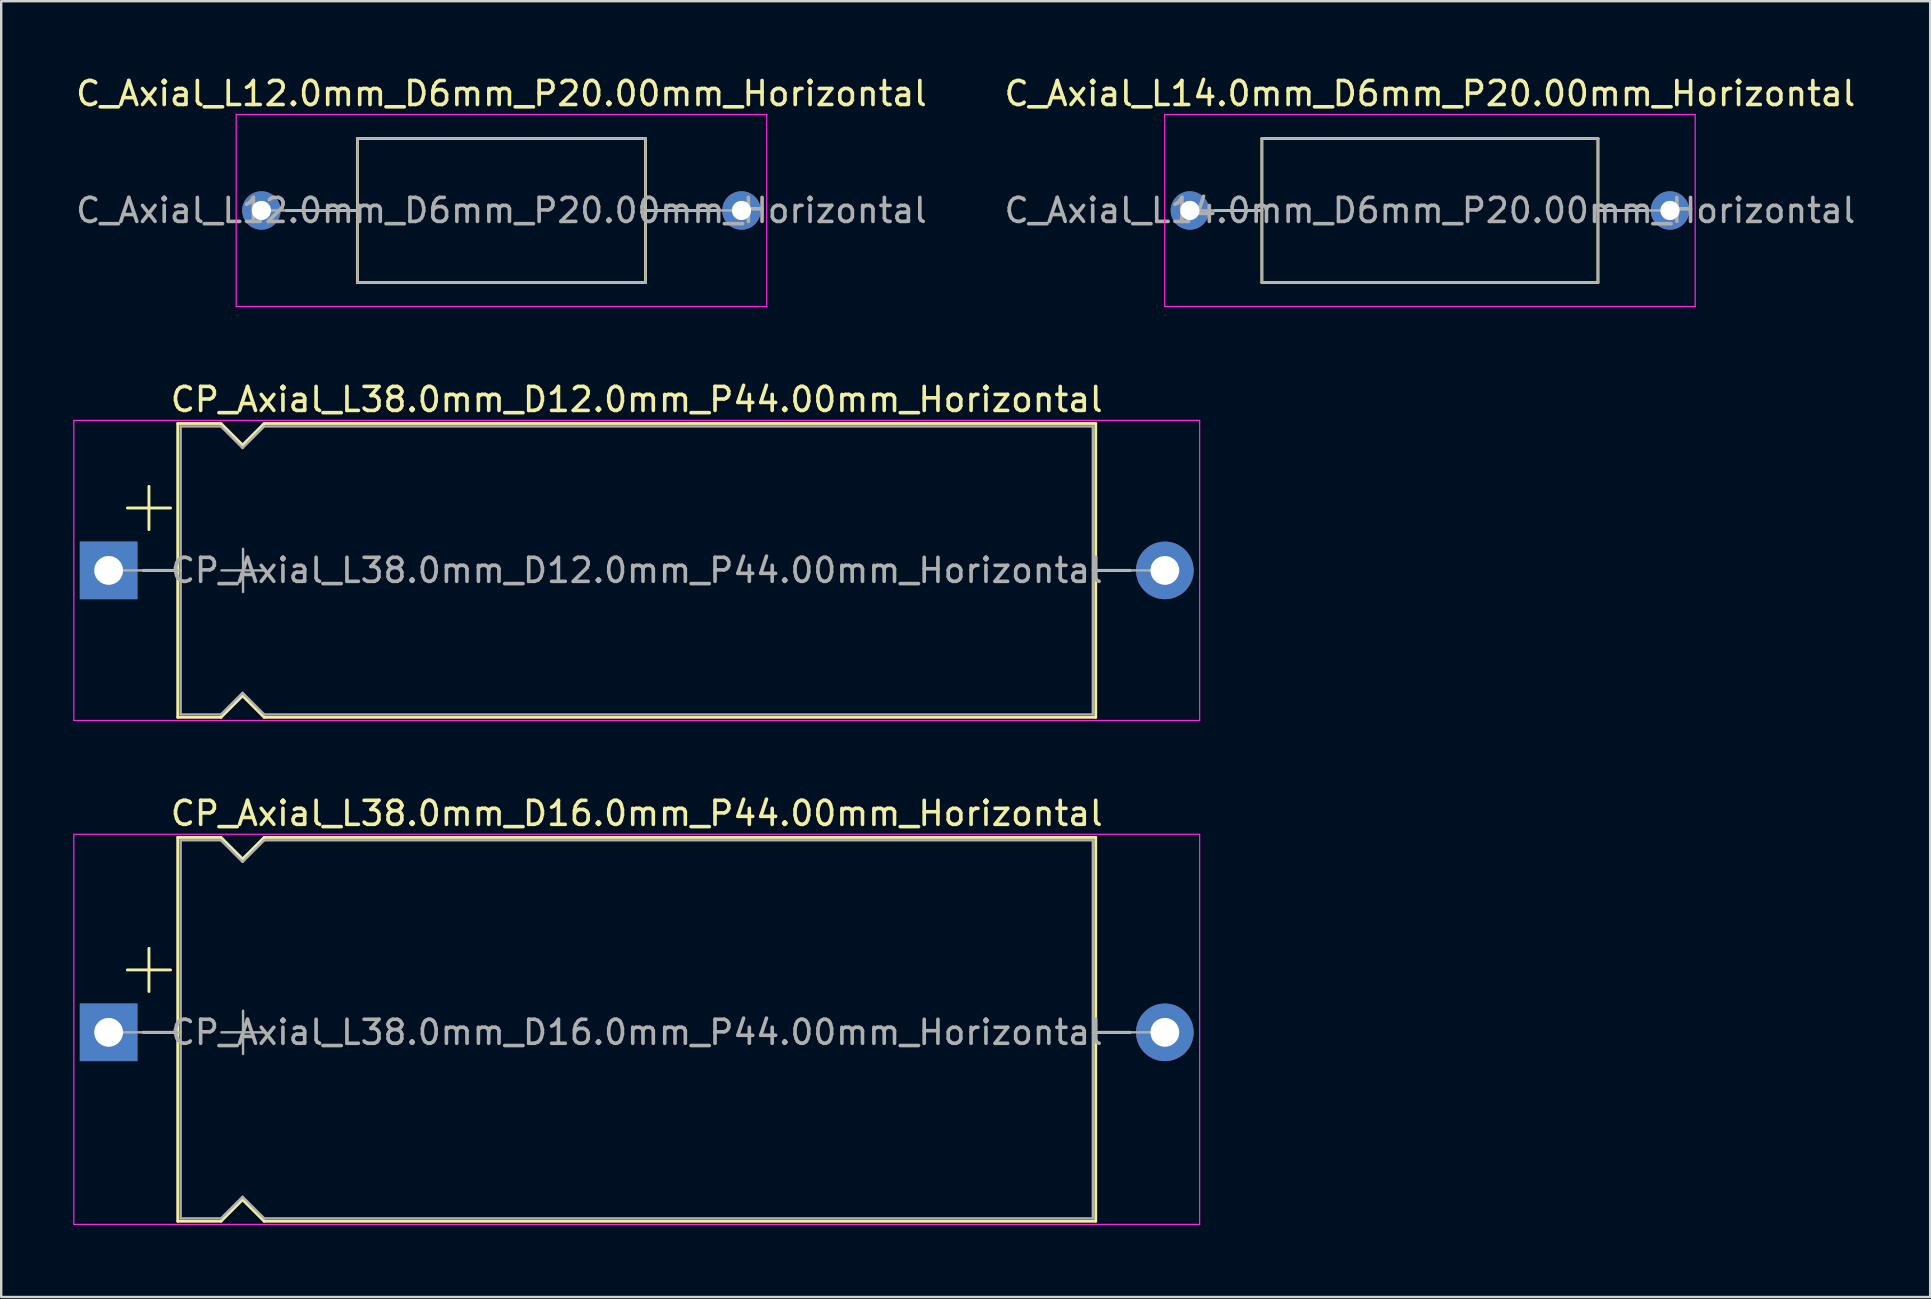
<source format=kicad_pcb>
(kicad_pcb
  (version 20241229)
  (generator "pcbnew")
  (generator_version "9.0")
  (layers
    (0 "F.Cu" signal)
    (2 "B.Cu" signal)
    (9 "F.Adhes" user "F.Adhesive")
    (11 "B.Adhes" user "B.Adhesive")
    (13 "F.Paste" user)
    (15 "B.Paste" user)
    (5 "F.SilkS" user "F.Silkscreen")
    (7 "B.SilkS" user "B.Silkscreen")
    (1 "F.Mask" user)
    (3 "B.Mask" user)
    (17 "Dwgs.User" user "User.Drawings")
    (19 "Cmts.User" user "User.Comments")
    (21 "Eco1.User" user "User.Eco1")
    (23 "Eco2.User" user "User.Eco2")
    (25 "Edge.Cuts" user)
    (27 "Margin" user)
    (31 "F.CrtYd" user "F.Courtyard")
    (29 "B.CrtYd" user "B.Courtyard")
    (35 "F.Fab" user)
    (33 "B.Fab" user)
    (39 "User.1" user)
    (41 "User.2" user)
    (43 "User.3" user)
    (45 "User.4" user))
  (footprint "CP_Axial_L38.0mm_D16.0mm_P44.00mm_Horizontal"
    (layer "F.Cu")
    (at 1.475 39.955)
    (property "Reference" "CP_Axial_L38.0mm_D16.0mm_P44.00mm_Horizontal" (at 22 -9.12 0) (layer "F.SilkS") (effects (font (size 1 1) (thickness 0.15))))
    (attr through_hole)
    (fp_line (start 0.78 -2.6) (end 2.58 -2.6) (stroke (width 0.12) (type solid)) (layer "F.SilkS"))
    (fp_line (start 1.44 0) (end 2.88 0) (stroke (width 0.12) (type solid)) (layer "F.SilkS"))
    (fp_line (start 1.68 -3.5) (end 1.68 -1.7) (stroke (width 0.12) (type solid)) (layer "F.SilkS"))
    (fp_line (start 2.88 -8.12) (end 2.88 7.87) (stroke (width 0.12) (type solid)) (layer "F.SilkS"))
    (fp_line (start 2.88 -8.12) (end 4.68 -8.12) (stroke (width 0.12) (type solid)) (layer "F.SilkS"))
    (fp_line (start 2.88 7.87) (end 4.68 7.87) (stroke (width 0.12) (type solid)) (layer "F.SilkS"))
    (fp_line (start 4.68 -8.12) (end 5.58 -7.22) (stroke (width 0.12) (type solid)) (layer "F.SilkS"))
    (fp_line (start 4.68 7.87) (end 5.58 6.97) (stroke (width 0.12) (type solid)) (layer "F.SilkS"))
    (fp_line (start 5.58 -7.22) (end 6.48 -8.12) (stroke (width 0.12) (type solid)) (layer "F.SilkS"))
    (fp_line (start 5.58 6.97) (end 6.48 7.87) (stroke (width 0.12) (type solid)) (layer "F.SilkS"))
    (fp_line (start 6.48 -8.12) (end 41.12 -8.12) (stroke (width 0.12) (type solid)) (layer "F.SilkS"))
    (fp_line (start 6.48 7.87) (end 41.12 7.87) (stroke (width 0.12) (type solid)) (layer "F.SilkS"))
    (fp_line (start 41.12 -8.12) (end 41.12 7.87) (stroke (width 0.12) (type solid)) (layer "F.SilkS"))
    (fp_line (start 42.56 0) (end 41.12 0) (stroke (width 0.12) (type solid)) (layer "F.SilkS"))
    (fp_line (start -1.45 -8.25) (end -1.45 8) (stroke (width 0.05) (type solid)) (layer "F.CrtYd"))
    (fp_line (start -1.45 8) (end 45.45 8) (stroke (width 0.05) (type solid)) (layer "F.CrtYd"))
    (fp_line (start 45.45 -8.25) (end -1.45 -8.25) (stroke (width 0.05) (type solid)) (layer "F.CrtYd"))
    (fp_line (start 45.45 8) (end 45.45 -8.25) (stroke (width 0.05) (type solid)) (layer "F.CrtYd"))
    (fp_line (start 0 0) (end 3 0) (stroke (width 0.1) (type solid)) (layer "F.Fab"))
    (fp_line (start 3 -8) (end 3 7.75) (stroke (width 0.1) (type solid)) (layer "F.Fab"))
    (fp_line (start 3 -8) (end 4.68 -8) (stroke (width 0.1) (type solid)) (layer "F.Fab"))
    (fp_line (start 3 7.75) (end 4.68 7.75) (stroke (width 0.1) (type solid)) (layer "F.Fab"))
    (fp_line (start 4.68 -8) (end 5.58 -7.1) (stroke (width 0.1) (type solid)) (layer "F.Fab"))
    (fp_line (start 4.68 7.75) (end 5.58 6.85) (stroke (width 0.1) (type solid)) (layer "F.Fab"))
    (fp_line (start 4.7 0) (end 6.5 0) (stroke (width 0.1) (type solid)) (layer "F.Fab"))
    (fp_line (start 5.58 -7.1) (end 6.48 -8) (stroke (width 0.1) (type solid)) (layer "F.Fab"))
    (fp_line (start 5.58 6.85) (end 6.48 7.75) (stroke (width 0.1) (type solid)) (layer "F.Fab"))
    (fp_line (start 5.6 -0.9) (end 5.6 0.9) (stroke (width 0.1) (type solid)) (layer "F.Fab"))
    (fp_line (start 6.48 -8) (end 41 -8) (stroke (width 0.1) (type solid)) (layer "F.Fab"))
    (fp_line (start 6.48 7.75) (end 41 7.75) (stroke (width 0.1) (type solid)) (layer "F.Fab"))
    (fp_line (start 41 -8) (end 41 7.75) (stroke (width 0.1) (type solid)) (layer "F.Fab"))
    (fp_line (start 44 0) (end 41 0) (stroke (width 0.1) (type solid)) (layer "F.Fab"))
    (fp_text user "${REFERENCE}" (at 22 0 0) (layer "F.Fab") (effects (font (size 1 1) (thickness 0.15))))
    (pad "1" thru_hole rect (at 0 0) (size 2.4 2.4) (drill 1.2) (layers "*.Cu" "*.Mask"))
    (pad "2" thru_hole oval (at 44 0) (size 2.4 2.4) (drill 1.2) (layers "*.Cu" "*.Mask")))
  (footprint "C_Axial_L12.0mm_D6mm_P20.00mm_Horizontal"
    (layer "F.Cu")
    (at 7.839 5.718)
    (property "Reference" "C_Axial_L12.0mm_D6mm_P20.00mm_Horizontal" (at 10 -4.87 0) (layer "F.SilkS") (effects (font (size 1 1) (thickness 0.15))))
    (attr through_hole)
    (fp_line (start 1.04 0) (end 4 0) (stroke (width 0.12) (type solid)) (layer "F.SilkS"))
    (fp_line (start 4 -3) (end 4 3) (stroke (width 0.12) (type solid)) (layer "F.SilkS"))
    (fp_line (start 4 3) (end 16 3) (stroke (width 0.12) (type solid)) (layer "F.SilkS"))
    (fp_line (start 16 -3) (end 4 -3) (stroke (width 0.12) (type solid)) (layer "F.SilkS"))
    (fp_line (start 16 3) (end 16 -3) (stroke (width 0.12) (type solid)) (layer "F.SilkS"))
    (fp_line (start 18.96 0) (end 16 0) (stroke (width 0.12) (type solid)) (layer "F.SilkS"))
    (fp_line (start -1.05 -4) (end -1.05 4) (stroke (width 0.05) (type solid)) (layer "F.CrtYd"))
    (fp_line (start -1.05 4) (end 21.05 4) (stroke (width 0.05) (type solid)) (layer "F.CrtYd"))
    (fp_line (start 21.05 -4) (end -1.05 -4) (stroke (width 0.05) (type solid)) (layer "F.CrtYd"))
    (fp_line (start 21.05 4) (end 21.05 -4) (stroke (width 0.05) (type solid)) (layer "F.CrtYd"))
    (fp_line (start 0 0) (end 4 0) (stroke (width 0.1) (type solid)) (layer "F.Fab"))
    (fp_line (start 4 -3) (end 4 3) (stroke (width 0.1) (type solid)) (layer "F.Fab"))
    (fp_line (start 4 3) (end 16 3) (stroke (width 0.1) (type solid)) (layer "F.Fab"))
    (fp_line (start 16 -3) (end 4 -3) (stroke (width 0.1) (type solid)) (layer "F.Fab"))
    (fp_line (start 16 3) (end 16 -3) (stroke (width 0.1) (type solid)) (layer "F.Fab"))
    (fp_line (start 20 0) (end 16 0) (stroke (width 0.1) (type solid)) (layer "F.Fab"))
    (fp_text user "${REFERENCE}" (at 10 0 0) (layer "F.Fab") (effects (font (size 1 1) (thickness 0.15))))
    (pad "1" thru_hole circle (at 0 0) (size 1.6 1.6) (drill 0.8) (layers "*.Cu" "*.Mask"))
    (pad "2" thru_hole oval (at 20 0) (size 1.6 1.6) (drill 0.8) (layers "*.Cu" "*.Mask")))
  (footprint "C_Axial_L14.0mm_D6mm_P20.00mm_Horizontal"
    (layer "F.Cu")
    (at 46.518 5.718)
    (property "Reference" "C_Axial_L14.0mm_D6mm_P20.00mm_Horizontal" (at 10 -4.87 0) (layer "F.SilkS") (effects (font (size 1 1) (thickness 0.15))))
    (attr through_hole)
    (fp_line (start 1.04 0) (end 3 0) (stroke (width 0.12) (type solid)) (layer "F.SilkS"))
    (fp_line (start 3 -3) (end 3 3) (stroke (width 0.12) (type solid)) (layer "F.SilkS"))
    (fp_line (start 3 3) (end 17 3) (stroke (width 0.12) (type solid)) (layer "F.SilkS"))
    (fp_line (start 17 -3) (end 3 -3) (stroke (width 0.12) (type solid)) (layer "F.SilkS"))
    (fp_line (start 17 3) (end 17 -3) (stroke (width 0.12) (type solid)) (layer "F.SilkS"))
    (fp_line (start 18.96 0) (end 17 0) (stroke (width 0.12) (type solid)) (layer "F.SilkS"))
    (fp_line (start -1.05 -4) (end -1.05 4) (stroke (width 0.05) (type solid)) (layer "F.CrtYd"))
    (fp_line (start -1.05 4) (end 21.05 4) (stroke (width 0.05) (type solid)) (layer "F.CrtYd"))
    (fp_line (start 21.05 -4) (end -1.05 -4) (stroke (width 0.05) (type solid)) (layer "F.CrtYd"))
    (fp_line (start 21.05 4) (end 21.05 -4) (stroke (width 0.05) (type solid)) (layer "F.CrtYd"))
    (fp_line (start 0 0) (end 3 0) (stroke (width 0.1) (type solid)) (layer "F.Fab"))
    (fp_line (start 3 -3) (end 3 3) (stroke (width 0.1) (type solid)) (layer "F.Fab"))
    (fp_line (start 3 3) (end 17 3) (stroke (width 0.1) (type solid)) (layer "F.Fab"))
    (fp_line (start 17 -3) (end 3 -3) (stroke (width 0.1) (type solid)) (layer "F.Fab"))
    (fp_line (start 17 3) (end 17 -3) (stroke (width 0.1) (type solid)) (layer "F.Fab"))
    (fp_line (start 20 0) (end 17 0) (stroke (width 0.1) (type solid)) (layer "F.Fab"))
    (fp_text user "${REFERENCE}" (at 10 0 0) (layer "F.Fab") (effects (font (size 1 1) (thickness 0.15))))
    (pad "1" thru_hole circle (at 0 0) (size 1.6 1.6) (drill 0.8) (layers "*.Cu" "*.Mask"))
    (pad "2" thru_hole oval (at 20 0) (size 1.6 1.6) (drill 0.8) (layers "*.Cu" "*.Mask")))
  (footprint "CP_Axial_L38.0mm_D12.0mm_P44.00mm_Horizontal"
    (layer "F.Cu")
    (at 1.475 20.712)
    (property "Reference" "CP_Axial_L38.0mm_D12.0mm_P44.00mm_Horizontal" (at 22 -7.12 0) (layer "F.SilkS") (effects (font (size 1 1) (thickness 0.15))))
    (attr through_hole)
    (fp_line (start 0.78 -2.6) (end 2.58 -2.6) (stroke (width 0.12) (type solid)) (layer "F.SilkS"))
    (fp_line (start 1.44 0) (end 2.88 0) (stroke (width 0.12) (type solid)) (layer "F.SilkS"))
    (fp_line (start 1.68 -3.5) (end 1.68 -1.7) (stroke (width 0.12) (type solid)) (layer "F.SilkS"))
    (fp_line (start 2.88 -6.12) (end 2.88 6.12) (stroke (width 0.12) (type solid)) (layer "F.SilkS"))
    (fp_line (start 2.88 -6.12) (end 4.68 -6.12) (stroke (width 0.12) (type solid)) (layer "F.SilkS"))
    (fp_line (start 2.88 6.12) (end 4.68 6.12) (stroke (width 0.12) (type solid)) (layer "F.SilkS"))
    (fp_line (start 4.68 -6.12) (end 5.58 -5.22) (stroke (width 0.12) (type solid)) (layer "F.SilkS"))
    (fp_line (start 4.68 6.12) (end 5.58 5.22) (stroke (width 0.12) (type solid)) (layer "F.SilkS"))
    (fp_line (start 5.58 -5.22) (end 6.48 -6.12) (stroke (width 0.12) (type solid)) (layer "F.SilkS"))
    (fp_line (start 5.58 5.22) (end 6.48 6.12) (stroke (width 0.12) (type solid)) (layer "F.SilkS"))
    (fp_line (start 6.48 -6.12) (end 41.12 -6.12) (stroke (width 0.12) (type solid)) (layer "F.SilkS"))
    (fp_line (start 6.48 6.12) (end 41.12 6.12) (stroke (width 0.12) (type solid)) (layer "F.SilkS"))
    (fp_line (start 41.12 -6.12) (end 41.12 6.12) (stroke (width 0.12) (type solid)) (layer "F.SilkS"))
    (fp_line (start 42.56 0) (end 41.12 0) (stroke (width 0.12) (type solid)) (layer "F.SilkS"))
    (fp_line (start -1.45 -6.25) (end -1.45 6.25) (stroke (width 0.05) (type solid)) (layer "F.CrtYd"))
    (fp_line (start -1.45 6.25) (end 45.45 6.25) (stroke (width 0.05) (type solid)) (layer "F.CrtYd"))
    (fp_line (start 45.45 -6.25) (end -1.45 -6.25) (stroke (width 0.05) (type solid)) (layer "F.CrtYd"))
    (fp_line (start 45.45 6.25) (end 45.45 -6.25) (stroke (width 0.05) (type solid)) (layer "F.CrtYd"))
    (fp_line (start 0 0) (end 3 0) (stroke (width 0.1) (type solid)) (layer "F.Fab"))
    (fp_line (start 3 -6) (end 3 6) (stroke (width 0.1) (type solid)) (layer "F.Fab"))
    (fp_line (start 3 -6) (end 4.68 -6) (stroke (width 0.1) (type solid)) (layer "F.Fab"))
    (fp_line (start 3 6) (end 4.68 6) (stroke (width 0.1) (type solid)) (layer "F.Fab"))
    (fp_line (start 4.68 -6) (end 5.58 -5.1) (stroke (width 0.1) (type solid)) (layer "F.Fab"))
    (fp_line (start 4.68 6) (end 5.58 5.1) (stroke (width 0.1) (type solid)) (layer "F.Fab"))
    (fp_line (start 4.7 0) (end 6.5 0) (stroke (width 0.1) (type solid)) (layer "F.Fab"))
    (fp_line (start 5.58 -5.1) (end 6.48 -6) (stroke (width 0.1) (type solid)) (layer "F.Fab"))
    (fp_line (start 5.58 5.1) (end 6.48 6) (stroke (width 0.1) (type solid)) (layer "F.Fab"))
    (fp_line (start 5.6 -0.9) (end 5.6 0.9) (stroke (width 0.1) (type solid)) (layer "F.Fab"))
    (fp_line (start 6.48 -6) (end 41 -6) (stroke (width 0.1) (type solid)) (layer "F.Fab"))
    (fp_line (start 6.48 6) (end 41 6) (stroke (width 0.1) (type solid)) (layer "F.Fab"))
    (fp_line (start 41 -6) (end 41 6) (stroke (width 0.1) (type solid)) (layer "F.Fab"))
    (fp_line (start 44 0) (end 41 0) (stroke (width 0.1) (type solid)) (layer "F.Fab"))
    (fp_text user "${REFERENCE}" (at 22 0 0) (layer "F.Fab") (effects (font (size 1 1) (thickness 0.15))))
    (pad "1" thru_hole rect (at 0 0) (size 2.4 2.4) (drill 1.2) (layers "*.Cu" "*.Mask"))
    (pad "2" thru_hole oval (at 44 0) (size 2.4 2.4) (drill 1.2) (layers "*.Cu" "*.Mask")))
  (gr_rect
    (start -3 -3)
    (end 77.357 50.98)
    (stroke (width 0.1) (type default))
    (fill no)
    (layer "Edge.Cuts")))
</source>
